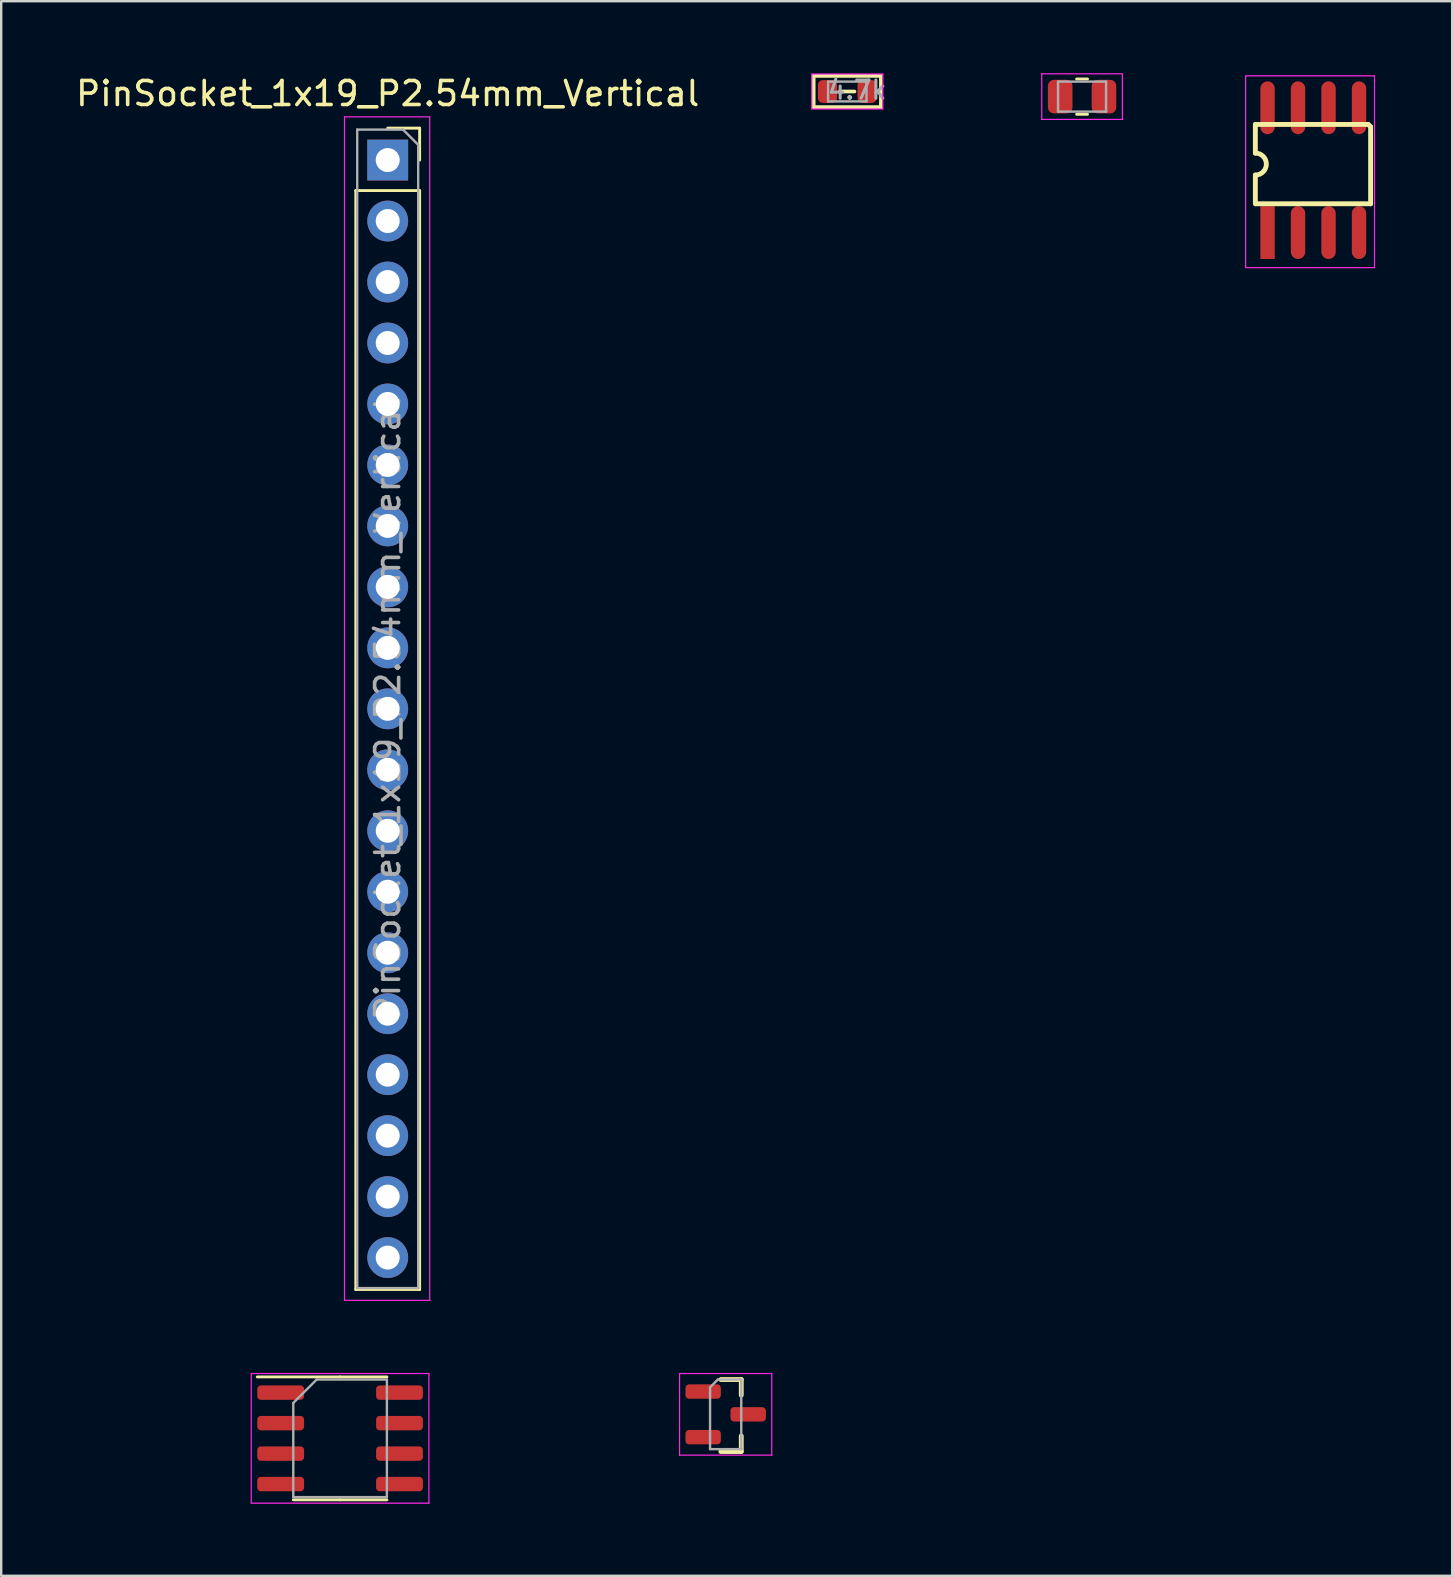
<source format=kicad_pcb>
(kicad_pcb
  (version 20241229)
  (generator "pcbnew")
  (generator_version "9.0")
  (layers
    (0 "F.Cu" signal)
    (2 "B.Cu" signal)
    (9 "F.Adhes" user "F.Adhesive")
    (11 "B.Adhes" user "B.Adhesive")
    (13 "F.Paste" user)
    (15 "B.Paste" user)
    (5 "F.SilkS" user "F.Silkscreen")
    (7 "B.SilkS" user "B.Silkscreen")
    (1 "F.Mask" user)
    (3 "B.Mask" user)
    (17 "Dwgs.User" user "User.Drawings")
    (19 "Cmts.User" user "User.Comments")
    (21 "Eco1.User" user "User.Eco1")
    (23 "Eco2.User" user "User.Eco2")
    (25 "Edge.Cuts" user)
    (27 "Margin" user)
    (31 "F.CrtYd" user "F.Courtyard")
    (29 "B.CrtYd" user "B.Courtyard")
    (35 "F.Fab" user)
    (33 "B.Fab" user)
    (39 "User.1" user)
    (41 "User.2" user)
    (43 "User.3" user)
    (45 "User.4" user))
  (footprint "SO08"
    (layer "F.Cu")
    (at 51.658 4.039)
    (property "Reference" "SO08" (at -0.7 0.12 0) (unlocked yes) (layer "User.1") (effects (font (size 0.7 0.5) (thickness 0.12) (bold yes)) (justify left bottom)))
    (property "Value" "SN75176AD" (at -2.16 0.06 0) (unlocked yes) (layer "User.1") (hide yes) (effects (font (size 0.7 0.5) (thickness 0.12) (bold yes)) (justify left bottom)))
    (attr smd)
    (fp_line (start -2.413 -1.905) (end -2.413 -0.711) (stroke (width 0.203) (type solid)) (layer "F.SilkS"))
    (fp_line (start -2.413 -1.905) (end 2.286 -1.905) (stroke (width 0.203) (type solid)) (layer "F.SilkS"))
    (fp_line (start -2.413 0.203) (end -2.413 1.397) (stroke (width 0.203) (type solid)) (layer "F.SilkS"))
    (fp_line (start -2.4 1.4) (end 2.388 1.4) (stroke (width 0.203) (type solid)) (layer "F.SilkS"))
    (fp_line (start 2.286 -1.905) (end 2.388 -1.803) (stroke (width 0.203) (type solid)) (layer "F.SilkS"))
    (fp_line (start 2.388 -1.803) (end 2.388 1.4) (stroke (width 0.203) (type solid)) (layer "F.SilkS"))
    (fp_arc (start -2.413 -0.71191) (mid -1.95509 -0.254) (end -2.413 0.20391) (stroke (width 0.2032) (type solid)) (layer "F.SilkS"))
    (fp_line (start -2.794 -3.937) (end -2.794 4.064) (stroke (width 0.203) (type solid)) (layer "Eco1.User"))
    (fp_line (start -2.794 -3.937) (end -2.667 -3.937) (stroke (width 0.203) (type solid)) (layer "Eco1.User"))
    (fp_line (start -2.794 4.064) (end 2.54 4.064) (stroke (width 0.203) (type solid)) (layer "Eco1.User"))
    (fp_line (start -2.667 -3.937) (end 2.54 -3.937) (stroke (width 0.203) (type solid)) (layer "Eco1.User"))
    (fp_line (start 2.54 -3.937) (end 2.54 4.064) (stroke (width 0.203) (type solid)) (layer "Eco1.User"))
    (fp_rect (start -2.82 -3.93) (end 2.55 4.06) (stroke (width 0.05) (type default)) (fill no) (layer "F.CrtYd"))
    (fp_line (start -2.794 -3.937) (end -2.794 4.064) (stroke (width 0.203) (type solid)) (layer "User.9"))
    (fp_line (start -2.794 -3.937) (end -2.667 -3.937) (stroke (width 0.203) (type solid)) (layer "User.9"))
    (fp_line (start -2.794 4.064) (end 2.54 4.064) (stroke (width 0.203) (type solid)) (layer "User.9"))
    (fp_line (start -2.667 -3.937) (end 2.54 -3.937) (stroke (width 0.203) (type solid)) (layer "User.9"))
    (fp_line (start 2.54 -3.937) (end 2.54 4.064) (stroke (width 0.203) (type solid)) (layer "User.9"))
    (fp_text user "${REFERENCE}" (at -0.7 0.12 0) (unlocked yes) (layer "Eco1.User") (effects (font (size 0.7 0.5) (thickness 0.12) (bold yes)) (justify left bottom)))
    (fp_text user "${VALUE}" (at -1.783 0.12 0) (unlocked yes) (layer "User.9") (effects (font (size 0.7 0.5) (thickness 0.12) (bold yes)) (justify left bottom)))
    (pad "1" smd rect (at -1.905 2.6) (size 0.6 2.2) (layers "F.Cu" "F.Mask" "F.Paste"))
    (pad "2" smd oval (at -0.635 2.6) (size 0.6 2.2) (layers "F.Cu" "F.Mask" "F.Paste"))
    (pad "3" smd oval (at 0.635 2.6) (size 0.6 2.2) (layers "F.Cu" "F.Mask" "F.Paste"))
    (pad "4" smd oval (at 1.905 2.6) (size 0.6 2.2) (layers "F.Cu" "F.Mask" "F.Paste"))
    (pad "5" smd oval (at 1.905 -2.6) (size 0.6 2.2) (layers "F.Cu" "F.Mask" "F.Paste"))
    (pad "6" smd oval (at 0.635 -2.6) (size 0.6 2.2) (layers "F.Cu" "F.Mask" "F.Paste"))
    (pad "7" smd oval (at -0.635 -2.6) (size 0.6 2.2) (layers "F.Cu" "F.Mask" "F.Paste"))
    (pad "8" smd oval (at -1.905 -2.6 180) (size 0.6 2.2) (layers "F.Cu" "F.Mask" "F.Paste")))
  (footprint "R_0805_2012Metric"
    (layer "F.Cu")
    (at 42.026 0.975)
    (property "Reference" "R_0805_2012Metric" (at 0.159 -0.247 0) (layer "User.7") (effects (font (size 1 1) (thickness 0.15))))
    (attr smd)
    (fp_line (start -0.227 -0.735) (end 0.227 -0.735) (stroke (width 0.12) (type solid)) (layer "F.SilkS"))
    (fp_line (start -0.227 0.735) (end 0.227 0.735) (stroke (width 0.12) (type solid)) (layer "F.SilkS"))
    (fp_line (start -1.68 -0.95) (end 1.68 -0.95) (stroke (width 0.05) (type solid)) (layer "F.CrtYd"))
    (fp_line (start -1.68 0.95) (end -1.68 -0.95) (stroke (width 0.05) (type solid)) (layer "F.CrtYd"))
    (fp_line (start 1.68 -0.95) (end 1.68 0.95) (stroke (width 0.05) (type solid)) (layer "F.CrtYd"))
    (fp_line (start 1.68 0.95) (end -1.68 0.95) (stroke (width 0.05) (type solid)) (layer "F.CrtYd"))
    (fp_line (start -1 -0.625) (end 1 -0.625) (stroke (width 0.1) (type solid)) (layer "F.Fab"))
    (fp_line (start -1 0.625) (end -1 -0.625) (stroke (width 0.1) (type solid)) (layer "F.Fab"))
    (fp_line (start 1 -0.625) (end 1 0.625) (stroke (width 0.1) (type solid)) (layer "F.Fab"))
    (fp_line (start 1 0.625) (end -1 0.625) (stroke (width 0.1) (type solid)) (layer "F.Fab"))
    (fp_text user "${REFERENCE}" (at 0 0 0) (layer "User.5") (effects (font (size 0.5 0.5) (thickness 0.08))))
    (pad "1" smd roundrect (at -0.912 0 180) (size 1.025 1.4) (layers "F.Cu" "F.Mask" "F.Paste") (roundrect_rratio 0.244))
    (pad "2" smd roundrect (at 0.912 0 180) (size 1.025 1.4) (layers "F.Cu" "F.Mask" "F.Paste") (roundrect_rratio 0.244)))
  (footprint "SOIC-8_3.9x4.9mm_P1.27mm"
    (layer "F.Cu")
    (at 11.117 56.868)
    (property "Reference" "SOIC-8_3.9x4.9mm_P1.27mm" (at 0 -0.005 0) (layer "User.7") (effects (font (size 1 1) (thickness 0.15))))
    (attr smd)
    (fp_line (start 0 -2.56) (end -3.45 -2.56) (stroke (width 0.12) (type solid)) (layer "F.SilkS"))
    (fp_line (start 0 -2.56) (end 1.95 -2.56) (stroke (width 0.12) (type solid)) (layer "F.SilkS"))
    (fp_line (start 0 2.56) (end -1.95 2.56) (stroke (width 0.12) (type solid)) (layer "F.SilkS"))
    (fp_line (start 0 2.56) (end 1.95 2.56) (stroke (width 0.12) (type solid)) (layer "F.SilkS"))
    (fp_line (start -3.7 -2.7) (end -3.7 2.7) (stroke (width 0.05) (type solid)) (layer "F.CrtYd"))
    (fp_line (start -3.7 2.7) (end 3.7 2.7) (stroke (width 0.05) (type solid)) (layer "F.CrtYd"))
    (fp_line (start 3.7 -2.7) (end -3.7 -2.7) (stroke (width 0.05) (type solid)) (layer "F.CrtYd"))
    (fp_line (start 3.7 2.7) (end 3.7 -2.7) (stroke (width 0.05) (type solid)) (layer "F.CrtYd"))
    (fp_line (start -1.95 -1.475) (end -0.975 -2.45) (stroke (width 0.1) (type solid)) (layer "F.Fab"))
    (fp_line (start -1.95 2.45) (end -1.95 -1.475) (stroke (width 0.1) (type solid)) (layer "F.Fab"))
    (fp_line (start -0.975 -2.45) (end 1.95 -2.45) (stroke (width 0.1) (type solid)) (layer "F.Fab"))
    (fp_line (start 1.95 -2.45) (end 1.95 2.45) (stroke (width 0.1) (type solid)) (layer "F.Fab"))
    (fp_line (start 1.95 2.45) (end -1.95 2.45) (stroke (width 0.1) (type solid)) (layer "F.Fab"))
    (fp_text user "${REFERENCE}" (at 0 0 0) (layer "User.5") (effects (font (size 0.98 0.98) (thickness 0.15))))
    (pad "1" smd roundrect (at -2.475 -1.905) (size 1.95 0.6) (layers "F.Cu" "F.Mask" "F.Paste") (roundrect_rratio 0.25))
    (pad "2" smd roundrect (at -2.475 -0.635) (size 1.95 0.6) (layers "F.Cu" "F.Mask" "F.Paste") (roundrect_rratio 0.25))
    (pad "3" smd roundrect (at -2.475 0.635) (size 1.95 0.6) (layers "F.Cu" "F.Mask" "F.Paste") (roundrect_rratio 0.25))
    (pad "4" smd roundrect (at -2.475 1.905) (size 1.95 0.6) (layers "F.Cu" "F.Mask" "F.Paste") (roundrect_rratio 0.25))
    (pad "5" smd roundrect (at 2.475 1.905) (size 1.95 0.6) (layers "F.Cu" "F.Mask" "F.Paste") (roundrect_rratio 0.25))
    (pad "6" smd roundrect (at 2.475 0.635) (size 1.95 0.6) (layers "F.Cu" "F.Mask" "F.Paste") (roundrect_rratio 0.25))
    (pad "7" smd roundrect (at 2.475 -0.635) (size 1.95 0.6) (layers "F.Cu" "F.Mask" "F.Paste") (roundrect_rratio 0.25))
    (pad "8" smd roundrect (at 2.475 -1.905) (size 1.95 0.6) (layers "F.Cu" "F.Mask" "F.Paste") (roundrect_rratio 0.25)))
  (footprint "PinSocket_1x19_P2.54mm_Vertical"
    (layer "F.Cu")
    (at 13.101 3.618)
    (property "Reference" "PinSocket_1x19_P2.54mm_Vertical" (at 0 -2.77 0) (layer "F.SilkS") (effects (font (size 1 1) (thickness 0.15))))
    (attr through_hole)
    (fp_line (start -1.33 1.27) (end -1.33 47.05) (stroke (width 0.12) (type solid)) (layer "F.SilkS"))
    (fp_line (start -1.33 1.27) (end 1.33 1.27) (stroke (width 0.12) (type solid)) (layer "F.SilkS"))
    (fp_line (start -1.33 47.05) (end 1.33 47.05) (stroke (width 0.12) (type solid)) (layer "F.SilkS"))
    (fp_line (start 0 -1.33) (end 1.33 -1.33) (stroke (width 0.12) (type solid)) (layer "F.SilkS"))
    (fp_line (start 1.33 -1.33) (end 1.33 0) (stroke (width 0.12) (type solid)) (layer "F.SilkS"))
    (fp_line (start 1.33 1.27) (end 1.33 47.05) (stroke (width 0.12) (type solid)) (layer "F.SilkS"))
    (fp_line (start -1.8 -1.8) (end 1.75 -1.8) (stroke (width 0.05) (type solid)) (layer "F.CrtYd"))
    (fp_line (start -1.8 47.5) (end -1.8 -1.8) (stroke (width 0.05) (type solid)) (layer "F.CrtYd"))
    (fp_line (start 1.75 -1.8) (end 1.75 47.5) (stroke (width 0.05) (type solid)) (layer "F.CrtYd"))
    (fp_line (start 1.75 47.5) (end -1.8 47.5) (stroke (width 0.05) (type solid)) (layer "F.CrtYd"))
    (fp_line (start -1.27 -1.27) (end 0.635 -1.27) (stroke (width 0.1) (type solid)) (layer "F.Fab"))
    (fp_line (start -1.27 46.99) (end -1.27 -1.27) (stroke (width 0.1) (type solid)) (layer "F.Fab"))
    (fp_line (start 0.635 -1.27) (end 1.27 -0.635) (stroke (width 0.1) (type solid)) (layer "F.Fab"))
    (fp_line (start 1.27 -0.635) (end 1.27 46.99) (stroke (width 0.1) (type solid)) (layer "F.Fab"))
    (fp_line (start 1.27 46.99) (end -1.27 46.99) (stroke (width 0.1) (type solid)) (layer "F.Fab"))
    (fp_text user "${REFERENCE}" (at 0 22.86 90) (layer "F.Fab") (effects (font (size 1 1) (thickness 0.15))))
    (pad "1" thru_hole rect (at 0 0) (size 1.7 1.7) (drill 1) (layers "*.Cu" "*.Mask"))
    (pad "2" thru_hole oval (at 0 2.54) (size 1.7 1.7) (drill 1) (layers "*.Cu" "*.Mask"))
    (pad "3" thru_hole oval (at 0 5.08) (size 1.7 1.7) (drill 1) (layers "*.Cu" "*.Mask"))
    (pad "4" thru_hole oval (at 0 7.62) (size 1.7 1.7) (drill 1) (layers "*.Cu" "*.Mask"))
    (pad "5" thru_hole oval (at 0 10.16) (size 1.7 1.7) (drill 1) (layers "*.Cu" "*.Mask"))
    (pad "6" thru_hole oval (at 0 12.7) (size 1.7 1.7) (drill 1) (layers "*.Cu" "*.Mask"))
    (pad "7" thru_hole oval (at 0 15.24) (size 1.7 1.7) (drill 1) (layers "*.Cu" "*.Mask"))
    (pad "8" thru_hole oval (at 0 17.78) (size 1.7 1.7) (drill 1) (layers "*.Cu" "*.Mask"))
    (pad "9" thru_hole oval (at 0 20.32) (size 1.7 1.7) (drill 1) (layers "*.Cu" "*.Mask"))
    (pad "10" thru_hole oval (at 0 22.86) (size 1.7 1.7) (drill 1) (layers "*.Cu" "*.Mask"))
    (pad "11" thru_hole oval (at 0 25.4) (size 1.7 1.7) (drill 1) (layers "*.Cu" "*.Mask"))
    (pad "12" thru_hole oval (at 0 27.94) (size 1.7 1.7) (drill 1) (layers "*.Cu" "*.Mask"))
    (pad "13" thru_hole oval (at 0 30.48) (size 1.7 1.7) (drill 1) (layers "*.Cu" "*.Mask"))
    (pad "14" thru_hole oval (at 0 33.02) (size 1.7 1.7) (drill 1) (layers "*.Cu" "*.Mask"))
    (pad "15" thru_hole oval (at 0 35.56) (size 1.7 1.7) (drill 1) (layers "*.Cu" "*.Mask"))
    (pad "16" thru_hole oval (at 0 38.1) (size 1.7 1.7) (drill 1) (layers "*.Cu" "*.Mask"))
    (pad "17" thru_hole oval (at 0 40.64) (size 1.7 1.7) (drill 1) (layers "*.Cu" "*.Mask"))
    (pad "18" thru_hole oval (at 0 43.18) (size 1.7 1.7) (drill 1) (layers "*.Cu" "*.Mask"))
    (pad "19" thru_hole oval (at 0 45.72) (size 1.7 1.7) (drill 1) (layers "*.Cu" "*.Mask")))
  (footprint "SOT-23"
    (layer "F.Cu")
    (at 27.179 55.868)
    (property "Reference" "SOT-23" (at -0.1 0.1 180) (layer "User.1") (effects (font (size 0.7 0.5) (thickness 0.1) (bold yes))))
    (attr smd)
    (fp_line (start 0 1.56) (end 0.65 1.56) (stroke (width 0.12) (type solid)) (layer "F.SilkS"))
    (fp_line (start 0.65 -1.45) (end -0.2 -1.45) (stroke (width 0.2) (type solid)) (layer "F.SilkS"))
    (fp_line (start 0.65 -0.8) (end 0.65 -1.45) (stroke (width 0.2) (type solid)) (layer "F.SilkS"))
    (fp_line (start 0.65 1.55) (end -0.2 1.55) (stroke (width 0.2) (type solid)) (layer "F.SilkS"))
    (fp_line (start 0.65 1.55) (end 0.65 0.9) (stroke (width 0.2) (type solid)) (layer "F.SilkS"))
    (fp_line (start -1.92 -1.7) (end -1.92 1.7) (stroke (width 0.05) (type solid)) (layer "F.CrtYd"))
    (fp_line (start -1.92 1.7) (end 1.92 1.7) (stroke (width 0.05) (type solid)) (layer "F.CrtYd"))
    (fp_line (start 1.92 -1.7) (end -1.92 -1.7) (stroke (width 0.05) (type solid)) (layer "F.CrtYd"))
    (fp_line (start 1.92 1.7) (end 1.92 -1.7) (stroke (width 0.05) (type solid)) (layer "F.CrtYd"))
    (fp_line (start -0.65 -1.125) (end -0.325 -1.45) (stroke (width 0.1) (type solid)) (layer "F.Fab"))
    (fp_line (start -0.65 1.45) (end -0.65 -1.125) (stroke (width 0.1) (type solid)) (layer "F.Fab"))
    (fp_line (start -0.325 -1.45) (end 0.65 -1.45) (stroke (width 0.1) (type solid)) (layer "F.Fab"))
    (fp_line (start 0.65 -1.45) (end 0.65 1.45) (stroke (width 0.1) (type solid)) (layer "F.Fab"))
    (fp_line (start 0.65 1.45) (end -0.65 1.45) (stroke (width 0.1) (type solid)) (layer "F.Fab"))
    (fp_text user "${REFERENCE}" (at 0 0 180) (layer "User.3") (effects (font (size 0.7 0.6) (thickness 0.1) (bold yes))))
    (pad "1" smd roundrect (at -0.938 -0.95) (size 1.475 0.6) (layers "F.Cu" "F.Mask" "F.Paste") (roundrect_rratio 0.25))
    (pad "2" smd roundrect (at -0.938 0.95) (size 1.475 0.6) (layers "F.Cu" "F.Mask" "F.Paste") (roundrect_rratio 0.25))
    (pad "3" smd roundrect (at 0.938 0) (size 1.475 0.6) (layers "F.Cu" "F.Mask" "F.Paste") (roundrect_rratio 0.25)))
  (footprint "R_0603_1608Metric"
    (layer "F.Cu")
    (at 32.246 0.762)
    (property "Reference" "R_0603_1608Metric" (at -0.025 0.075 0) (layer "User.5") (effects (font (size 0.6 0.4) (thickness 0.1) (bold yes))))
    (property "Value" "4.7k" (at 0 0 0) (layer "User.1") (hide yes) (effects (font (size 0.6 0.4) (thickness 0.1))))
    (attr smd)
    (fp_line (start -1.4 -0.65) (end 1.4 -0.65) (stroke (width 0.152) (type solid)) (layer "F.SilkS"))
    (fp_line (start -1.4 0.65) (end -1.4 -0.65) (stroke (width 0.152) (type solid)) (layer "F.SilkS"))
    (fp_line (start -1.4 0.65) (end 1.4 0.65) (stroke (width 0.152) (type solid)) (layer "F.SilkS"))
    (fp_line (start -0.325 0) (end 0.3 0) (stroke (width 0.152) (type solid)) (layer "F.SilkS"))
    (fp_line (start 1.4 0.65) (end 1.4 -0.65) (stroke (width 0.152) (type solid)) (layer "F.SilkS"))
    (fp_line (start -1.48 -0.73) (end 1.48 -0.73) (stroke (width 0.05) (type solid)) (layer "F.CrtYd"))
    (fp_line (start -1.48 0.73) (end -1.48 -0.73) (stroke (width 0.05) (type solid)) (layer "F.CrtYd"))
    (fp_line (start 1.48 -0.73) (end 1.48 0.73) (stroke (width 0.05) (type solid)) (layer "F.CrtYd"))
    (fp_line (start 1.48 0.73) (end -1.48 0.73) (stroke (width 0.05) (type solid)) (layer "F.CrtYd"))
    (fp_line (start -0.8 -0.412) (end 0.8 -0.412) (stroke (width 0.1) (type solid)) (layer "F.Fab"))
    (fp_line (start -0.8 0.412) (end -0.8 -0.412) (stroke (width 0.1) (type solid)) (layer "F.Fab"))
    (fp_line (start 0.8 -0.412) (end 0.8 0.412) (stroke (width 0.1) (type solid)) (layer "F.Fab"))
    (fp_line (start 0.8 0.412) (end -0.8 0.412) (stroke (width 0.1) (type solid)) (layer "F.Fab"))
    (fp_text user "${VALUE}" (at -0.889 0.381 0) (unlocked yes) (layer "F.Fab") (effects (font (size 0.762 0.762) (thickness 0.127)) (justify left bottom)))
    (fp_text user "${REFERENCE}" (at 0 0 0) (layer "User.3") (effects (font (size 0.6 0.4) (thickness 0.1))))
    (pad "1" smd roundrect (at -0.825 0 180) (size 0.8 0.95) (layers "F.Cu" "F.Mask" "F.Paste") (roundrect_rratio 0.25))
    (pad "2" smd roundrect (at 0.825 0 180) (size 0.8 0.95) (layers "F.Cu" "F.Mask" "F.Paste") (roundrect_rratio 0.25)))
  (gr_rect
    (start -3 -3)
    (end 57.444 62.593)
    (stroke (width 0.1) (type default))
    (fill no)
    (layer "Edge.Cuts")))
</source>
